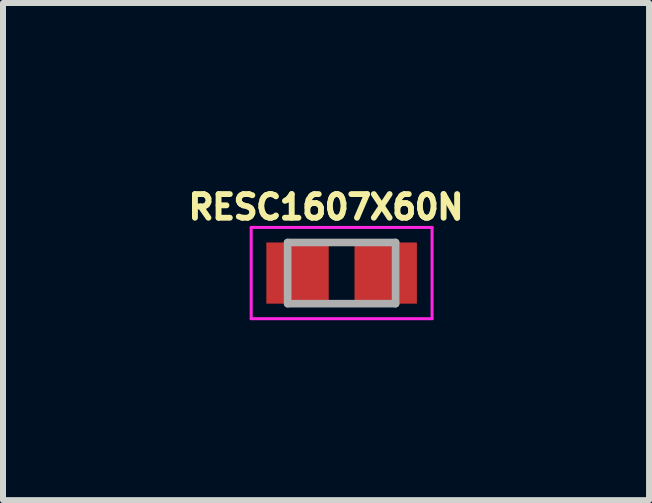
<source format=kicad_pcb>
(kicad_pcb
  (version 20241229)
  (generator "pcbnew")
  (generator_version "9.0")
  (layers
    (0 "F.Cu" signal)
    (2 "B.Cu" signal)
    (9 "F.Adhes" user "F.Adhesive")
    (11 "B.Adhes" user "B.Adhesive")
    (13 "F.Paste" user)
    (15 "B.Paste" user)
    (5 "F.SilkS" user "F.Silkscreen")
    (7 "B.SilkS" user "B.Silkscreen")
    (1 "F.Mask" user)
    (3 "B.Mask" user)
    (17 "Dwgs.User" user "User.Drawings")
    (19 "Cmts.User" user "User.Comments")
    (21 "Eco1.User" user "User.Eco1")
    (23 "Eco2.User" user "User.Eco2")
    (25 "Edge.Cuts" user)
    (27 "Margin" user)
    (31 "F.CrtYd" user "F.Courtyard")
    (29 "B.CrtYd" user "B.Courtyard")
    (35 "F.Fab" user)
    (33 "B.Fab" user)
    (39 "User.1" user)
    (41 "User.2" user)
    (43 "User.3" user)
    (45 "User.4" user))
  (footprint "RESC1607X60N"
    (layer "F.Cu")
    (at 2.646 1.503)
    (property "Reference" "RESC1607X60N" (at -0.26 -1.1 0) (layer "F.SilkS") (effects (font (size 0.394 0.394) (thickness 0.098))))
    (attr smd)
    (fp_line (start -1.508 -0.761) (end 1.508 -0.761) (stroke (width 0.05) (type solid)) (layer "F.CrtYd"))
    (fp_line (start -1.508 0.761) (end -1.508 -0.761) (stroke (width 0.05) (type solid)) (layer "F.CrtYd"))
    (fp_line (start -1.508 0.761) (end 1.508 0.761) (stroke (width 0.05) (type solid)) (layer "F.CrtYd"))
    (fp_line (start 1.508 0.761) (end 1.508 -0.761) (stroke (width 0.05) (type solid)) (layer "F.CrtYd"))
    (fp_line (start -0.9 0.51) (end -0.9 -0.51) (stroke (width 0.127) (type solid)) (layer "F.Fab"))
    (fp_line (start 0.9 -0.51) (end -0.9 -0.51) (stroke (width 0.127) (type solid)) (layer "F.Fab"))
    (fp_line (start 0.9 0.51) (end -0.9 0.51) (stroke (width 0.127) (type solid)) (layer "F.Fab"))
    (fp_line (start 0.9 0.51) (end 0.9 -0.51) (stroke (width 0.127) (type solid)) (layer "F.Fab"))
    (pad "1" smd rect (at -0.735 0) (size 1.04 1.02) (layers "F.Cu" "F.Mask" "F.Paste"))
    (pad "2" smd rect (at 0.735 0) (size 1.04 1.02) (layers "F.Cu" "F.Mask" "F.Paste")))
  (gr_rect
    (start -3 -3)
    (end 7.772 5.289)
    (stroke (width 0.1) (type default))
    (fill no)
    (layer "Edge.Cuts")))
</source>
